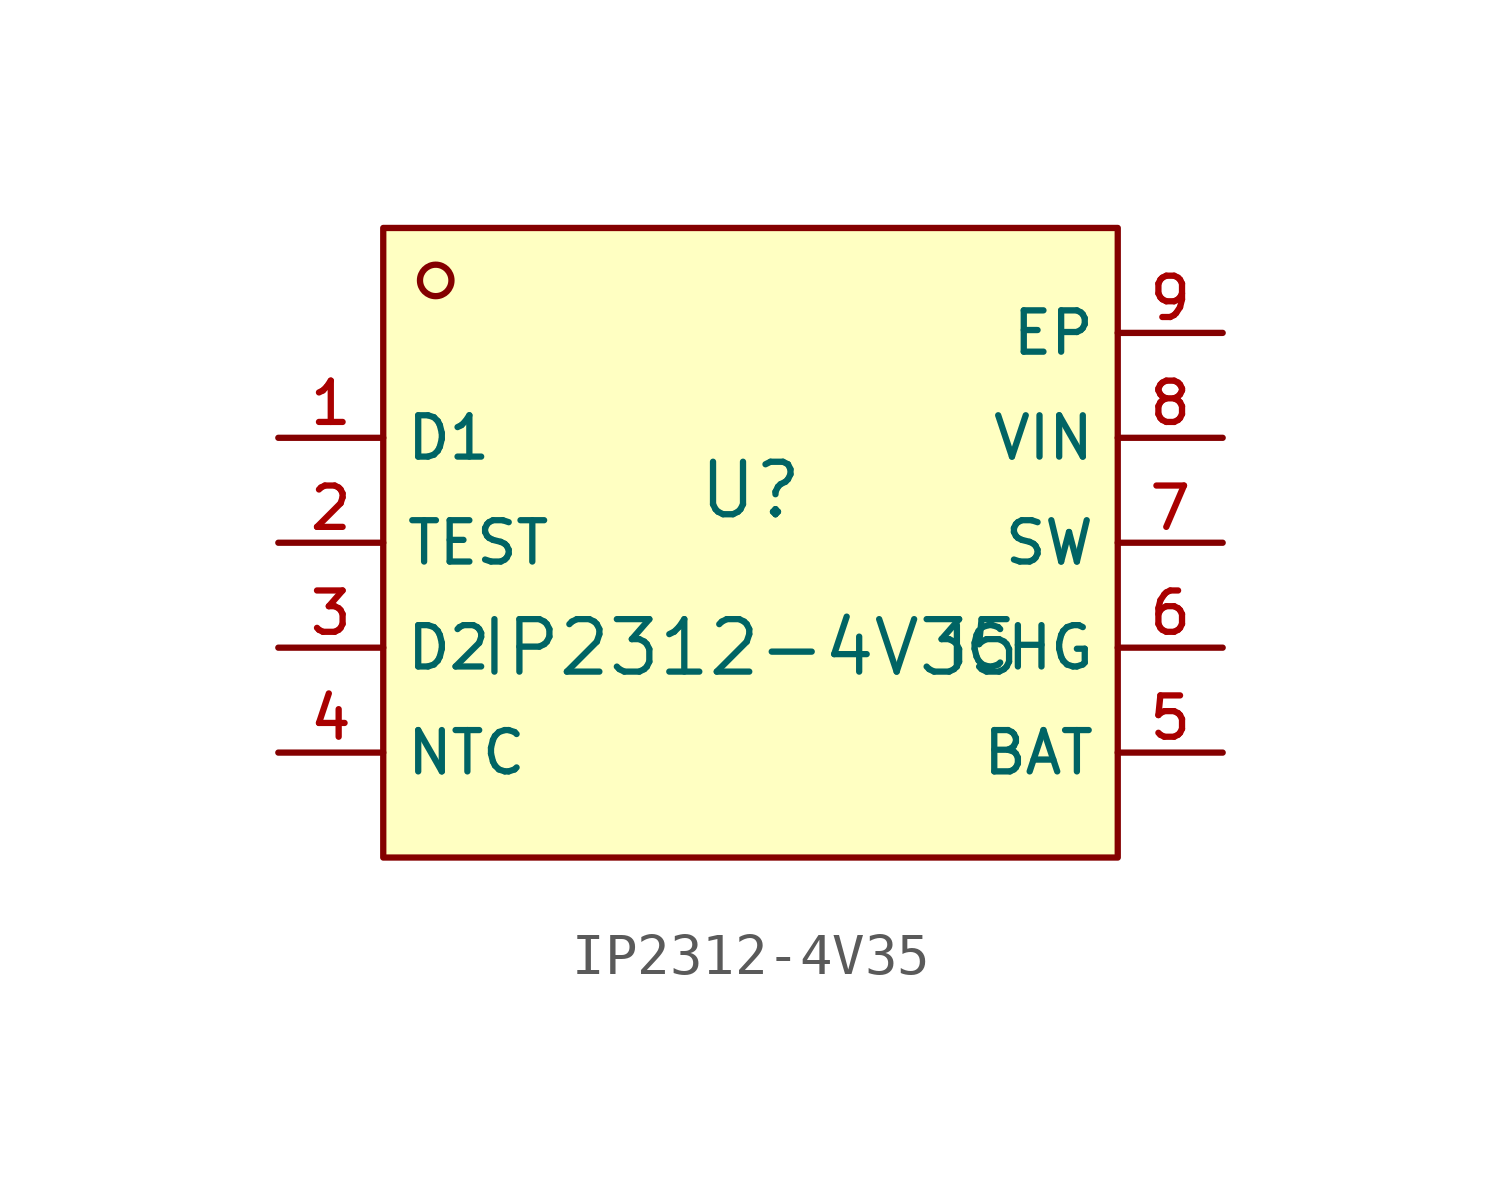
<source format=kicad_sym>
(kicad_symbol_lib
  (version 20210201)
  (generator TousstNicolas/JLC2KiCad_lib)
  (symbol "IP2312-4V35"
    (property "Reference" "U"
      (at 0 1.27 0)
      (effects (font (size 1.27 1.27))))
    (property "Value" "IP2312-4V35"
      (at 0 -2.54 0)
      (effects (font (size 1.27 1.27))))
    (symbol "IP2312-4V35_0_1"
      (rectangle (start -8.89 7.62) (end 8.89 -7.62) (stroke (width 0) (type default) (color 0 0 0 0)) (fill (type background)))
      (circle (center -7.62 6.35) (radius 0.381) (stroke (width 0) (type default) (color 0 0 0 0)) (fill (type background)))
      (pin unspecified line (at -11.43 2.54 0) (length 2.54) (name "D1" (effects (font (size 1 1)))) (number "1" (effects (font (size 1 1)))))
      (pin unspecified line (at -11.43 -0.0 0) (length 2.54) (name "TEST" (effects (font (size 1 1)))) (number "2" (effects (font (size 1 1)))))
      (pin unspecified line (at -11.43 -2.54 0) (length 2.54) (name "D2" (effects (font (size 1 1)))) (number "3" (effects (font (size 1 1)))))
      (pin unspecified line (at -11.43 -5.08 0) (length 2.54) (name "NTC" (effects (font (size 1 1)))) (number "4" (effects (font (size 1 1)))))
      (pin unspecified line (at 11.43 -5.08 180) (length 2.54) (name "BAT" (effects (font (size 1 1)))) (number "5" (effects (font (size 1 1)))))
      (pin unspecified line (at 11.43 -2.54 180) (length 2.54) (name "ICHG" (effects (font (size 1 1)))) (number "6" (effects (font (size 1 1)))))
      (pin unspecified line (at 11.43 -0.0 180) (length 2.54) (name "SW" (effects (font (size 1 1)))) (number "7" (effects (font (size 1 1)))))
      (pin unspecified line (at 11.43 2.54 180) (length 2.54) (name "VIN" (effects (font (size 1 1)))) (number "8" (effects (font (size 1 1)))))
      (pin unspecified line (at 11.43 5.08 180) (length 2.54) (name "EP" (effects (font (size 1 1)))) (number "9" (effects (font (size 1 1))))))))
</source>
